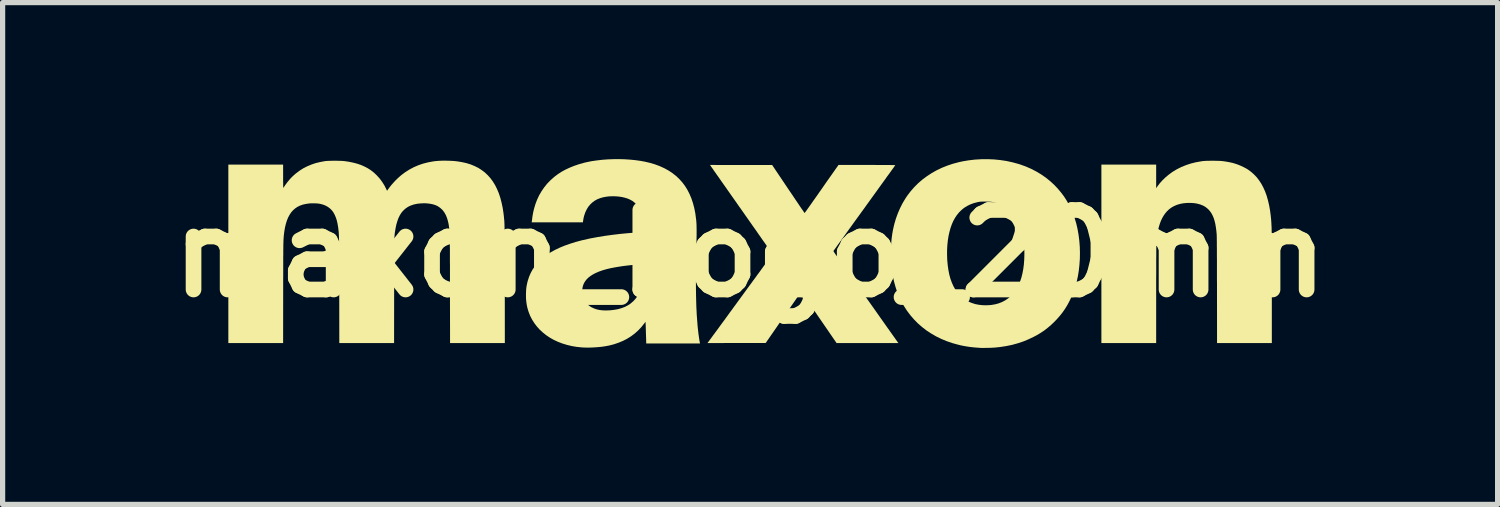
<source format=kicad_pcb>
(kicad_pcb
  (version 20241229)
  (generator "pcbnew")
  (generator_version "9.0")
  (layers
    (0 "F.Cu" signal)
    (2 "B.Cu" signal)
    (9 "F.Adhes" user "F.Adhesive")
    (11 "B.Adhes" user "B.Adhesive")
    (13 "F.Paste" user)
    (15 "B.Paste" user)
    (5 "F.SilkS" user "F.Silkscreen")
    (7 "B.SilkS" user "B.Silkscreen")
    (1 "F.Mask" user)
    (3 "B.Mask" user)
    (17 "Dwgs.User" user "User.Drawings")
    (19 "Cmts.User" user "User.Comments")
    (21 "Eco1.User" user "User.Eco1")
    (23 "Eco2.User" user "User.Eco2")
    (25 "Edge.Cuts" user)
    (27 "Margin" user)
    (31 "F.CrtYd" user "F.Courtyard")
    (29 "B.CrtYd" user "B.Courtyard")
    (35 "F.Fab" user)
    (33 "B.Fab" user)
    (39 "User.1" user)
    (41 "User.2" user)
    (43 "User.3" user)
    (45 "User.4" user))
  (footprint "maxon_Logo_20mm"
    (layer "F.Cu")
    (at 11.328 1.81)
    (property "Reference" "maxon_Logo_20mm" (at 0 0 0) (layer "F.SilkS") (effects (font (size 1.524 1.524) (thickness 0.3))))
    (attr board_only exclude_from_pos_files exclude_from_bom)
    (fp_poly (pts (xy 8.886 -1.779) (xy 8.927 -1.778) (xy 8.966 -1.777) (xy 9.001 -1.776) (xy 9.032 -1.774) (xy 9.054 -1.772) (xy 9.092 -1.767) (xy 9.131 -1.761) (xy 9.169 -1.754) (xy 9.205 -1.747) (xy 9.236 -1.74) (xy 9.243 -1.739) (xy 9.3 -1.722) (xy 9.358 -1.702) (xy 9.415 -1.678) (xy 9.469 -1.652) (xy 9.519 -1.625) (xy 9.546 -1.608) (xy 9.606 -1.564) (xy 9.661 -1.515) (xy 9.712 -1.461) (xy 9.758 -1.401) (xy 9.8 -1.337) (xy 9.838 -1.266) (xy 9.872 -1.19) (xy 9.902 -1.108) (xy 9.927 -1.02) (xy 9.949 -0.926) (xy 9.967 -0.826) (xy 9.981 -0.719) (xy 9.988 -0.649) (xy 9.989 -0.634) (xy 9.99 -0.618) (xy 9.991 -0.602) (xy 9.992 -0.586) (xy 9.993 -0.569) (xy 9.994 -0.55) (xy 9.995 -0.53) (xy 9.996 -0.509) (xy 9.997 -0.485) (xy 9.997 -0.459) (xy 9.998 -0.43) (xy 9.998 -0.399) (xy 9.999 -0.364) (xy 9.999 -0.326) (xy 10 -0.285) (xy 10 -0.239) (xy 10 -0.189) (xy 10 -0.134) (xy 10.001 -0.075) (xy 10.001 -0.01) (xy 10.001 0.06) (xy 10.001 0.135) (xy 10.001 0.217) (xy 10.001 0.305) (xy 10.001 0.399) (xy 10.001 0.501) (xy 10.001 0.609) (xy 10.001 0.658) (xy 10.001 1.716) (xy 8.951 1.716) (xy 8.95 0.699) (xy 8.95 0.583) (xy 8.949 0.474) (xy 8.949 0.372) (xy 8.949 0.277) (xy 8.949 0.19) (xy 8.949 0.109) (xy 8.948 0.035) (xy 8.948 -0.032) (xy 8.948 -0.093) (xy 8.947 -0.147) (xy 8.947 -0.196) (xy 8.947 -0.238) (xy 8.946 -0.274) (xy 8.946 -0.304) (xy 8.945 -0.329) (xy 8.945 -0.348) (xy 8.944 -0.361) (xy 8.944 -0.369) (xy 8.937 -0.442) (xy 8.928 -0.507) (xy 8.918 -0.567) (xy 8.905 -0.62) (xy 8.891 -0.669) (xy 8.874 -0.712) (xy 8.855 -0.751) (xy 8.834 -0.787) (xy 8.809 -0.819) (xy 8.79 -0.841) (xy 8.762 -0.867) (xy 8.735 -0.888) (xy 8.706 -0.907) (xy 8.68 -0.92) (xy 8.639 -0.937) (xy 8.597 -0.95) (xy 8.552 -0.96) (xy 8.502 -0.967) (xy 8.45 -0.97) (xy 8.378 -0.97) (xy 8.309 -0.964) (xy 8.244 -0.952) (xy 8.183 -0.934) (xy 8.127 -0.91) (xy 8.076 -0.881) (xy 8.029 -0.846) (xy 7.987 -0.805) (xy 7.963 -0.777) (xy 7.93 -0.731) (xy 7.901 -0.681) (xy 7.875 -0.627) (xy 7.853 -0.568) (xy 7.834 -0.505) (xy 7.818 -0.436) (xy 7.806 -0.361) (xy 7.796 -0.28) (xy 7.789 -0.193) (xy 7.788 -0.177) (xy 7.788 -0.166) (xy 7.787 -0.148) (xy 7.787 -0.122) (xy 7.786 -0.09) (xy 7.786 -0.052) (xy 7.786 -0.006) (xy 7.786 0.045) (xy 7.785 0.102) (xy 7.785 0.165) (xy 7.785 0.233) (xy 7.785 0.307) (xy 7.785 0.385) (xy 7.784 0.468) (xy 7.784 0.556) (xy 7.784 0.648) (xy 7.784 0.744) (xy 7.784 0.803) (xy 7.784 1.716) (xy 6.734 1.716) (xy 6.734 -1.705) (xy 7.784 -1.705) (xy 7.784 -1.252) (xy 7.806 -1.285) (xy 7.85 -1.343) (xy 7.9 -1.399) (xy 7.956 -1.454) (xy 8.016 -1.505) (xy 8.08 -1.553) (xy 8.102 -1.568) (xy 8.183 -1.617) (xy 8.268 -1.659) (xy 8.356 -1.695) (xy 8.447 -1.725) (xy 8.543 -1.749) (xy 8.644 -1.767) (xy 8.674 -1.772) (xy 8.699 -1.774) (xy 8.729 -1.776) (xy 8.764 -1.778) (xy 8.803 -1.778) (xy 8.844 -1.779)) (stroke (width 0) (type solid)) (fill yes) (layer "F.SilkS"))
    (fp_poly (pts (xy 4.676 -1.804) (xy 4.796 -1.792) (xy 4.914 -1.774) (xy 5.029 -1.749) (xy 5.14 -1.719) (xy 5.178 -1.707) (xy 5.286 -1.668) (xy 5.389 -1.623) (xy 5.487 -1.572) (xy 5.581 -1.516) (xy 5.67 -1.454) (xy 5.753 -1.387) (xy 5.823 -1.323) (xy 5.894 -1.249) (xy 5.958 -1.173) (xy 6.017 -1.095) (xy 6.07 -1.012) (xy 6.119 -0.925) (xy 6.163 -0.832) (xy 6.19 -0.768) (xy 6.224 -0.671) (xy 6.254 -0.57) (xy 6.278 -0.464) (xy 6.297 -0.355) (xy 6.311 -0.243) (xy 6.32 -0.128) (xy 6.323 -0.013) (xy 6.321 0.101) (xy 6.313 0.217) (xy 6.301 0.327) (xy 6.284 0.433) (xy 6.262 0.534) (xy 6.235 0.632) (xy 6.203 0.727) (xy 6.165 0.82) (xy 6.124 0.908) (xy 6.083 0.985) (xy 6.039 1.057) (xy 5.992 1.125) (xy 5.94 1.191) (xy 5.883 1.256) (xy 5.835 1.306) (xy 5.769 1.369) (xy 5.703 1.425) (xy 5.636 1.477) (xy 5.565 1.524) (xy 5.489 1.569) (xy 5.437 1.596) (xy 5.337 1.644) (xy 5.235 1.686) (xy 5.129 1.721) (xy 5.021 1.751) (xy 4.908 1.774) (xy 4.791 1.792) (xy 4.705 1.801) (xy 4.685 1.803) (xy 4.659 1.804) (xy 4.629 1.806) (xy 4.597 1.807) (xy 4.563 1.808) (xy 4.529 1.808) (xy 4.497 1.809) (xy 4.467 1.809) (xy 4.441 1.809) (xy 4.421 1.809) (xy 4.413 1.808) (xy 4.34 1.803) (xy 4.273 1.797) (xy 4.211 1.79) (xy 4.152 1.781) (xy 4.094 1.771) (xy 4.036 1.759) (xy 3.991 1.748) (xy 3.878 1.717) (xy 3.77 1.68) (xy 3.666 1.637) (xy 3.566 1.588) (xy 3.471 1.533) (xy 3.381 1.474) (xy 3.296 1.408) (xy 3.216 1.338) (xy 3.142 1.263) (xy 3.072 1.182) (xy 3.008 1.097) (xy 2.95 1.007) (xy 2.898 0.913) (xy 2.852 0.815) (xy 2.811 0.712) (xy 2.787 0.638) (xy 2.76 0.541) (xy 2.739 0.444) (xy 2.722 0.345) (xy 2.709 0.243) (xy 2.702 0.138) (xy 2.699 0.031) (xy 3.776 0.031) (xy 3.779 0.123) (xy 3.788 0.221) (xy 3.801 0.314) (xy 3.818 0.401) (xy 3.84 0.482) (xy 3.867 0.557) (xy 3.898 0.626) (xy 3.934 0.69) (xy 3.974 0.747) (xy 4.019 0.799) (xy 4.068 0.844) (xy 4.122 0.884) (xy 4.18 0.918) (xy 4.243 0.945) (xy 4.31 0.967) (xy 4.327 0.971) (xy 4.39 0.983) (xy 4.458 0.99) (xy 4.528 0.992) (xy 4.599 0.988) (xy 4.622 0.986) (xy 4.694 0.974) (xy 4.762 0.956) (xy 4.826 0.931) (xy 4.886 0.9) (xy 4.942 0.863) (xy 4.994 0.819) (xy 5.041 0.769) (xy 5.084 0.714) (xy 5.114 0.667) (xy 5.147 0.605) (xy 5.175 0.537) (xy 5.2 0.464) (xy 5.22 0.384) (xy 5.236 0.3) (xy 5.248 0.21) (xy 5.255 0.116) (xy 5.258 0.017) (xy 5.258 -0.002) (xy 5.256 -0.106) (xy 5.249 -0.205) (xy 5.237 -0.298) (xy 5.22 -0.386) (xy 5.199 -0.467) (xy 5.173 -0.544) (xy 5.142 -0.614) (xy 5.107 -0.679) (xy 5.067 -0.738) (xy 5.023 -0.791) (xy 4.974 -0.839) (xy 4.92 -0.88) (xy 4.862 -0.915) (xy 4.8 -0.945) (xy 4.733 -0.968) (xy 4.73 -0.969) (xy 4.7 -0.977) (xy 4.673 -0.983) (xy 4.647 -0.988) (xy 4.62 -0.992) (xy 4.59 -0.994) (xy 4.556 -0.995) (xy 4.516 -0.995) (xy 4.507 -0.995) (xy 4.477 -0.995) (xy 4.453 -0.995) (xy 4.434 -0.995) (xy 4.418 -0.994) (xy 4.405 -0.993) (xy 4.392 -0.991) (xy 4.379 -0.989) (xy 4.364 -0.986) (xy 4.361 -0.985) (xy 4.29 -0.967) (xy 4.224 -0.943) (xy 4.163 -0.913) (xy 4.106 -0.878) (xy 4.054 -0.836) (xy 4.006 -0.789) (xy 3.963 -0.736) (xy 3.929 -0.685) (xy 3.896 -0.626) (xy 3.867 -0.56) (xy 3.842 -0.489) (xy 3.821 -0.413) (xy 3.803 -0.332) (xy 3.79 -0.247) (xy 3.781 -0.157) (xy 3.776 -0.065) (xy 3.776 0.031) (xy 2.699 0.031) (xy 2.698 0.027) (xy 2.698 -0.006) (xy 2.7 -0.103) (xy 2.705 -0.195) (xy 2.713 -0.283) (xy 2.724 -0.368) (xy 2.739 -0.453) (xy 2.758 -0.538) (xy 2.766 -0.57) (xy 2.796 -0.672) (xy 2.833 -0.773) (xy 2.875 -0.87) (xy 2.922 -0.963) (xy 2.975 -1.052) (xy 3.013 -1.109) (xy 3.077 -1.193) (xy 3.147 -1.273) (xy 3.222 -1.348) (xy 3.302 -1.417) (xy 3.388 -1.481) (xy 3.478 -1.54) (xy 3.573 -1.594) (xy 3.673 -1.642) (xy 3.777 -1.684) (xy 3.884 -1.72) (xy 3.996 -1.75) (xy 4.073 -1.767) (xy 4.192 -1.787) (xy 4.312 -1.801) (xy 4.434 -1.808) (xy 4.555 -1.809)) (stroke (width 0) (type solid)) (fill yes) (layer "F.SilkS"))
    (fp_poly (pts (xy 2.318 -1.698) (xy 2.388 -1.698) (xy 2.451 -1.697) (xy 2.508 -1.697) (xy 2.558 -1.697) (xy 2.602 -1.697) (xy 2.641 -1.697) (xy 2.674 -1.697) (xy 2.702 -1.696) (xy 2.726 -1.696) (xy 2.745 -1.696) (xy 2.759 -1.695) (xy 2.77 -1.695) (xy 2.778 -1.694) (xy 2.782 -1.694) (xy 2.783 -1.693) (xy 2.783 -1.693) (xy 2.781 -1.689) (xy 2.774 -1.68) (xy 2.763 -1.665) (xy 2.749 -1.645) (xy 2.731 -1.62) (xy 2.709 -1.59) (xy 2.684 -1.555) (xy 2.656 -1.516) (xy 2.624 -1.473) (xy 2.591 -1.426) (xy 2.554 -1.375) (xy 2.515 -1.321) (xy 2.474 -1.264) (xy 2.431 -1.204) (xy 2.386 -1.142) (xy 2.339 -1.077) (xy 2.291 -1.01) (xy 2.241 -0.941) (xy 2.191 -0.871) (xy 2.14 -0.801) (xy 2.09 -0.732) (xy 2.042 -0.666) (xy 1.995 -0.601) (xy 1.95 -0.538) (xy 1.907 -0.479) (xy 1.866 -0.422) (xy 1.827 -0.368) (xy 1.791 -0.317) (xy 1.757 -0.27) (xy 1.726 -0.227) (xy 1.697 -0.188) (xy 1.672 -0.153) (xy 1.651 -0.123) (xy 1.632 -0.097) (xy 1.618 -0.077) (xy 1.607 -0.062) (xy 1.601 -0.053) (xy 1.598 -0.05) (xy 1.599 -0.045) (xy 1.605 -0.034) (xy 1.614 -0.019) (xy 1.628 0.001) (xy 1.634 0.01) (xy 1.641 0.02) (xy 1.652 0.035) (xy 1.667 0.056) (xy 1.685 0.082) (xy 1.706 0.112) (xy 1.73 0.146) (xy 1.757 0.184) (xy 1.787 0.226) (xy 1.818 0.27) (xy 1.852 0.317) (xy 1.887 0.367) (xy 1.923 0.418) (xy 1.96 0.471) (xy 1.998 0.524) (xy 1.999 0.525) (xy 2.041 0.585) (xy 2.086 0.649) (xy 2.133 0.715) (xy 2.181 0.782) (xy 2.229 0.851) (xy 2.278 0.919) (xy 2.326 0.987) (xy 2.373 1.053) (xy 2.418 1.117) (xy 2.461 1.178) (xy 2.501 1.235) (xy 2.538 1.287) (xy 2.57 1.332) (xy 2.603 1.379) (xy 2.634 1.423) (xy 2.665 1.466) (xy 2.693 1.506) (xy 2.72 1.544) (xy 2.745 1.579) (xy 2.767 1.61) (xy 2.786 1.637) (xy 2.802 1.66) (xy 2.815 1.678) (xy 2.824 1.69) (xy 2.829 1.698) (xy 2.83 1.699) (xy 2.843 1.716) (xy 1.658 1.716) (xy 1.319 1.223) (xy 0.981 0.73) (xy 0.972 0.743) (xy 0.969 0.748) (xy 0.962 0.758) (xy 0.95 0.774) (xy 0.936 0.795) (xy 0.918 0.821) (xy 0.897 0.851) (xy 0.873 0.886) (xy 0.847 0.924) (xy 0.818 0.965) (xy 0.787 1.01) (xy 0.754 1.058) (xy 0.719 1.107) (xy 0.683 1.159) (xy 0.646 1.213) (xy 0.631 1.235) (xy 0.299 1.715) (xy -0.259 1.715) (xy -0.817 1.716) (xy -0.791 1.682) (xy -0.781 1.668) (xy -0.768 1.65) (xy -0.75 1.626) (xy -0.73 1.598) (xy -0.706 1.565) (xy -0.679 1.529) (xy -0.649 1.488) (xy -0.617 1.445) (xy -0.583 1.398) (xy -0.547 1.348) (xy -0.508 1.296) (xy -0.468 1.241) (xy -0.427 1.185) (xy -0.385 1.126) (xy -0.341 1.067) (xy -0.297 1.006) (xy -0.252 0.945) (xy -0.207 0.883) (xy -0.162 0.821) (xy -0.117 0.76) (xy -0.072 0.698) (xy -0.028 0.638) (xy 0.016 0.578) (xy 0.058 0.52) (xy 0.1 0.464) (xy 0.139 0.409) (xy 0.178 0.357) (xy 0.214 0.307) (xy 0.248 0.26) (xy 0.28 0.216) (xy 0.309 0.176) (xy 0.336 0.139) (xy 0.36 0.107) (xy 0.38 0.078) (xy 0.398 0.055) (xy 0.411 0.036) (xy 0.421 0.023) (xy 0.426 0.015) (xy 0.428 0.013) (xy 0.426 0.009) (xy 0.42 -0.000334) (xy 0.411 -0.015) (xy 0.398 -0.034) (xy 0.382 -0.057) (xy 0.364 -0.084) (xy 0.343 -0.114) (xy 0.321 -0.146) (xy 0.297 -0.181) (xy 0.283 -0.2) (xy 0.272 -0.217) (xy 0.256 -0.238) (xy 0.237 -0.265) (xy 0.215 -0.297) (xy 0.19 -0.333) (xy 0.162 -0.372) (xy 0.132 -0.416) (xy 0.099 -0.463) (xy 0.064 -0.512) (xy 0.027 -0.565) (xy -0.011 -0.619) (xy -0.051 -0.676) (xy -0.092 -0.734) (xy -0.133 -0.793) (xy -0.175 -0.853) (xy -0.218 -0.913) (xy -0.26 -0.974) (xy -0.303 -1.035) (xy -0.345 -1.094) (xy -0.386 -1.153) (xy -0.427 -1.211) (xy -0.466 -1.267) (xy -0.504 -1.321) (xy -0.541 -1.373) (xy -0.575 -1.422) (xy -0.607 -1.468) (xy -0.638 -1.511) (xy -0.665 -1.55) (xy -0.69 -1.585) (xy -0.711 -1.616) (xy -0.729 -1.642) (xy -0.744 -1.662) (xy -0.754 -1.678) (xy -0.761 -1.687) (xy -0.761 -1.687) (xy -0.768 -1.698) (xy -0.172 -1.697) (xy 0.423 -1.697) (xy 0.732 -1.237) (xy 0.768 -1.184) (xy 0.803 -1.133) (xy 0.836 -1.084) (xy 0.867 -1.037) (xy 0.897 -0.993) (xy 0.925 -0.952) (xy 0.95 -0.914) (xy 0.973 -0.88) (xy 0.993 -0.851) (xy 1.011 -0.826) (xy 1.025 -0.805) (xy 1.035 -0.79) (xy 1.042 -0.781) (xy 1.045 -0.777) (xy 1.045 -0.777) (xy 1.048 -0.78) (xy 1.054 -0.789) (xy 1.064 -0.802) (xy 1.077 -0.819) (xy 1.091 -0.839) (xy 1.107 -0.862) (xy 1.114 -0.871) (xy 1.125 -0.887) (xy 1.14 -0.908) (xy 1.159 -0.935) (xy 1.181 -0.966) (xy 1.205 -1.001) (xy 1.232 -1.039) (xy 1.262 -1.081) (xy 1.293 -1.125) (xy 1.325 -1.171) (xy 1.359 -1.219) (xy 1.393 -1.268) (xy 1.427 -1.317) (xy 1.437 -1.332) (xy 1.695 -1.698) (xy 2.24 -1.698)) (stroke (width 0) (type solid)) (fill yes) (layer "F.SilkS"))
    (fp_poly (pts (xy -2.406 -1.807) (xy -2.3 -1.8) (xy -2.198 -1.79) (xy -2.1 -1.776) (xy -2.018 -1.761) (xy -1.916 -1.737) (xy -1.819 -1.708) (xy -1.728 -1.674) (xy -1.643 -1.635) (xy -1.563 -1.591) (xy -1.489 -1.542) (xy -1.42 -1.488) (xy -1.358 -1.429) (xy -1.3 -1.365) (xy -1.248 -1.296) (xy -1.202 -1.222) (xy -1.161 -1.142) (xy -1.125 -1.057) (xy -1.095 -0.967) (xy -1.07 -0.872) (xy -1.05 -0.771) (xy -1.036 -0.665) (xy -1.033 -0.642) (xy -1.031 -0.622) (xy -1.03 -0.601) (xy -1.028 -0.579) (xy -1.027 -0.556) (xy -1.026 -0.53) (xy -1.026 -0.502) (xy -1.025 -0.471) (xy -1.025 -0.436) (xy -1.025 -0.398) (xy -1.025 -0.355) (xy -1.026 -0.308) (xy -1.027 -0.255) (xy -1.027 -0.196) (xy -1.029 -0.132) (xy -1.03 -0.06) (xy -1.031 0.015) (xy -1.034 0.134) (xy -1.035 0.247) (xy -1.037 0.353) (xy -1.038 0.452) (xy -1.038 0.547) (xy -1.038 0.636) (xy -1.037 0.721) (xy -1.036 0.802) (xy -1.034 0.879) (xy -1.032 0.954) (xy -1.03 1.026) (xy -1.026 1.096) (xy -1.023 1.164) (xy -1.018 1.232) (xy -1.013 1.299) (xy -1.01 1.336) (xy -1.007 1.378) (xy -1.003 1.421) (xy -0.998 1.464) (xy -0.993 1.508) (xy -0.988 1.551) (xy -0.982 1.591) (xy -0.977 1.628) (xy -0.972 1.661) (xy -0.967 1.688) (xy -0.963 1.709) (xy -0.962 1.714) (xy -0.959 1.724) (xy -1.991 1.724) (xy -1.991 1.699) (xy -1.991 1.691) (xy -1.992 1.676) (xy -1.992 1.656) (xy -1.993 1.631) (xy -1.994 1.602) (xy -1.995 1.571) (xy -1.996 1.538) (xy -1.997 1.504) (xy -1.998 1.47) (xy -1.999 1.438) (xy -2 1.407) (xy -2.001 1.38) (xy -2.002 1.357) (xy -2.003 1.339) (xy -2.003 1.327) (xy -2.003 1.325) (xy -2.004 1.309) (xy -2.027 1.338) (xy -2.084 1.41) (xy -2.146 1.475) (xy -2.212 1.534) (xy -2.283 1.587) (xy -2.358 1.634) (xy -2.438 1.675) (xy -2.523 1.71) (xy -2.612 1.74) (xy -2.706 1.764) (xy -2.772 1.776) (xy -2.835 1.786) (xy -2.902 1.793) (xy -2.972 1.798) (xy -3.042 1.802) (xy -3.111 1.803) (xy -3.177 1.802) (xy -3.228 1.799) (xy -3.326 1.789) (xy -3.42 1.773) (xy -3.511 1.751) (xy -3.599 1.724) (xy -3.683 1.692) (xy -3.762 1.655) (xy -3.837 1.613) (xy -3.907 1.566) (xy -3.972 1.514) (xy -4.032 1.459) (xy -4.086 1.399) (xy -4.135 1.335) (xy -4.178 1.267) (xy -4.215 1.196) (xy -4.245 1.12) (xy -4.249 1.108) (xy -4.267 1.048) (xy -4.28 0.989) (xy -4.289 0.928) (xy -4.295 0.865) (xy -4.296 0.802) (xy -4.295 0.741) (xy -4.294 0.721) (xy -3.218 0.721) (xy -3.215 0.774) (xy -3.205 0.825) (xy -3.188 0.871) (xy -3.165 0.914) (xy -3.136 0.953) (xy -3.101 0.988) (xy -3.06 1.018) (xy -3.037 1.031) (xy -2.992 1.052) (xy -2.944 1.069) (xy -2.892 1.081) (xy -2.836 1.088) (xy -2.775 1.091) (xy -2.709 1.089) (xy -2.682 1.088) (xy -2.604 1.079) (xy -2.532 1.066) (xy -2.465 1.047) (xy -2.403 1.024) (xy -2.346 0.995) (xy -2.295 0.962) (xy -2.248 0.922) (xy -2.234 0.909) (xy -2.199 0.871) (xy -2.169 0.831) (xy -2.142 0.788) (xy -2.125 0.756) (xy -2.099 0.698) (xy -2.078 0.636) (xy -2.061 0.57) (xy -2.048 0.5) (xy -2.039 0.424) (xy -2.034 0.342) (xy -2.033 0.272) (xy -2.033 0.199) (xy -2.045 0.201) (xy -2.053 0.202) (xy -2.067 0.203) (xy -2.085 0.205) (xy -2.105 0.206) (xy -2.114 0.207) (xy -2.196 0.214) (xy -2.28 0.222) (xy -2.362 0.231) (xy -2.442 0.241) (xy -2.519 0.253) (xy -2.591 0.265) (xy -2.657 0.278) (xy -2.67 0.28) (xy -2.754 0.3) (xy -2.83 0.322) (xy -2.9 0.347) (xy -2.962 0.374) (xy -3.017 0.403) (xy -3.066 0.435) (xy -3.108 0.469) (xy -3.143 0.506) (xy -3.171 0.546) (xy -3.193 0.588) (xy -3.208 0.633) (xy -3.216 0.681) (xy -3.218 0.721) (xy -4.294 0.721) (xy -4.292 0.686) (xy -4.286 0.634) (xy -4.276 0.583) (xy -4.264 0.531) (xy -4.26 0.518) (xy -4.236 0.445) (xy -4.206 0.375) (xy -4.17 0.308) (xy -4.127 0.245) (xy -4.078 0.185) (xy -4.023 0.128) (xy -3.961 0.074) (xy -3.893 0.023) (xy -3.818 -0.026) (xy -3.736 -0.071) (xy -3.648 -0.113) (xy -3.553 -0.152) (xy -3.451 -0.188) (xy -3.342 -0.222) (xy -3.227 -0.253) (xy -3.104 -0.281) (xy -3.062 -0.29) (xy -2.927 -0.315) (xy -2.788 -0.338) (xy -2.642 -0.358) (xy -2.491 -0.376) (xy -2.333 -0.391) (xy -2.181 -0.403) (xy -2.153 -0.405) (xy -2.126 -0.407) (xy -2.103 -0.409) (xy -2.085 -0.41) (xy -2.071 -0.412) (xy -2.064 -0.413) (xy -2.063 -0.413) (xy -2.062 -0.414) (xy -2.06 -0.418) (xy -2.06 -0.425) (xy -2.059 -0.436) (xy -2.059 -0.452) (xy -2.059 -0.473) (xy -2.06 -0.501) (xy -2.06 -0.522) (xy -2.061 -0.568) (xy -2.063 -0.608) (xy -2.066 -0.643) (xy -2.069 -0.673) (xy -2.072 -0.7) (xy -2.077 -0.726) (xy -2.079 -0.736) (xy -2.096 -0.795) (xy -2.118 -0.848) (xy -2.144 -0.895) (xy -2.176 -0.938) (xy -2.213 -0.975) (xy -2.255 -1.008) (xy -2.302 -1.034) (xy -2.348 -1.054) (xy -2.4 -1.07) (xy -2.456 -1.083) (xy -2.516 -1.092) (xy -2.577 -1.097) (xy -2.639 -1.098) (xy -2.7 -1.096) (xy -2.76 -1.089) (xy -2.817 -1.078) (xy -2.87 -1.063) (xy -2.871 -1.063) (xy -2.927 -1.041) (xy -2.978 -1.013) (xy -3.024 -0.979) (xy -3.065 -0.94) (xy -3.102 -0.895) (xy -3.133 -0.844) (xy -3.159 -0.789) (xy -3.18 -0.728) (xy -3.19 -0.689) (xy -3.194 -0.669) (xy -3.197 -0.649) (xy -3.2 -0.631) (xy -3.202 -0.622) (xy -3.204 -0.598) (xy -4.186 -0.598) (xy -4.184 -0.614) (xy -4.178 -0.657) (xy -4.174 -0.694) (xy -4.169 -0.726) (xy -4.164 -0.755) (xy -4.159 -0.782) (xy -4.153 -0.81) (xy -4.146 -0.838) (xy -4.144 -0.849) (xy -4.117 -0.941) (xy -4.084 -1.029) (xy -4.045 -1.113) (xy -3.999 -1.192) (xy -3.947 -1.268) (xy -3.89 -1.339) (xy -3.826 -1.405) (xy -3.757 -1.467) (xy -3.685 -1.521) (xy -3.615 -1.567) (xy -3.538 -1.609) (xy -3.456 -1.647) (xy -3.369 -1.682) (xy -3.277 -1.713) (xy -3.182 -1.74) (xy -3.13 -1.752) (xy -3.036 -1.771) (xy -2.937 -1.785) (xy -2.834 -1.797) (xy -2.729 -1.805) (xy -2.621 -1.809) (xy -2.513 -1.81)) (stroke (width 0) (type solid)) (fill yes) (layer "F.SilkS"))
    (fp_poly (pts (xy -5.785 -1.779) (xy -5.73 -1.777) (xy -5.678 -1.774) (xy -5.63 -1.769) (xy -5.612 -1.767) (xy -5.522 -1.752) (xy -5.437 -1.733) (xy -5.356 -1.708) (xy -5.281 -1.677) (xy -5.21 -1.642) (xy -5.145 -1.6) (xy -5.084 -1.554) (xy -5.028 -1.501) (xy -4.976 -1.443) (xy -4.93 -1.38) (xy -4.887 -1.31) (xy -4.85 -1.235) (xy -4.816 -1.154) (xy -4.787 -1.066) (xy -4.763 -0.973) (xy -4.742 -0.874) (xy -4.726 -0.768) (xy -4.718 -0.7) (xy -4.717 -0.686) (xy -4.716 -0.673) (xy -4.715 -0.661) (xy -4.713 -0.648) (xy -4.712 -0.635) (xy -4.711 -0.622) (xy -4.71 -0.608) (xy -4.71 -0.593) (xy -4.709 -0.577) (xy -4.708 -0.559) (xy -4.708 -0.539) (xy -4.707 -0.517) (xy -4.707 -0.493) (xy -4.706 -0.466) (xy -4.706 -0.436) (xy -4.705 -0.403) (xy -4.705 -0.366) (xy -4.705 -0.326) (xy -4.704 -0.281) (xy -4.704 -0.232) (xy -4.704 -0.178) (xy -4.704 -0.12) (xy -4.704 -0.056) (xy -4.703 0.014) (xy -4.703 0.089) (xy -4.703 0.17) (xy -4.703 0.258) (xy -4.703 0.352) (xy -4.703 0.453) (xy -4.703 0.561) (xy -4.702 0.59) (xy -4.701 1.716) (xy -5.751 1.716) (xy -5.753 0.68) (xy -5.753 0.575) (xy -5.753 0.476) (xy -5.753 0.384) (xy -5.753 0.3) (xy -5.753 0.221) (xy -5.754 0.149) (xy -5.754 0.082) (xy -5.754 0.021) (xy -5.754 -0.035) (xy -5.754 -0.086) (xy -5.755 -0.132) (xy -5.755 -0.174) (xy -5.755 -0.212) (xy -5.756 -0.246) (xy -5.756 -0.277) (xy -5.756 -0.304) (xy -5.757 -0.329) (xy -5.758 -0.35) (xy -5.758 -0.37) (xy -5.759 -0.387) (xy -5.76 -0.403) (xy -5.76 -0.417) (xy -5.761 -0.43) (xy -5.762 -0.441) (xy -5.763 -0.453) (xy -5.765 -0.464) (xy -5.766 -0.475) (xy -5.767 -0.486) (xy -5.769 -0.497) (xy -5.779 -0.566) (xy -5.794 -0.63) (xy -5.811 -0.686) (xy -5.832 -0.737) (xy -5.857 -0.783) (xy -5.886 -0.823) (xy -5.905 -0.844) (xy -5.927 -0.864) (xy -5.952 -0.884) (xy -5.978 -0.902) (xy -5.999 -0.914) (xy -6.041 -0.932) (xy -6.09 -0.946) (xy -6.143 -0.956) (xy -6.2 -0.962) (xy -6.245 -0.964) (xy -6.316 -0.961) (xy -6.382 -0.954) (xy -6.443 -0.941) (xy -6.498 -0.923) (xy -6.548 -0.9) (xy -6.594 -0.871) (xy -6.634 -0.837) (xy -6.671 -0.798) (xy -6.694 -0.766) (xy -6.72 -0.722) (xy -6.744 -0.671) (xy -6.764 -0.613) (xy -6.782 -0.551) (xy -6.796 -0.483) (xy -6.803 -0.438) (xy -6.805 -0.426) (xy -6.807 -0.414) (xy -6.809 -0.403) (xy -6.81 -0.392) (xy -6.812 -0.381) (xy -6.813 -0.37) (xy -6.814 -0.358) (xy -6.815 -0.346) (xy -6.816 -0.332) (xy -6.817 -0.317) (xy -6.818 -0.301) (xy -6.818 -0.282) (xy -6.819 -0.261) (xy -6.82 -0.238) (xy -6.82 -0.211) (xy -6.821 -0.182) (xy -6.821 -0.149) (xy -6.821 -0.112) (xy -6.822 -0.071) (xy -6.822 -0.026) (xy -6.822 0.024) (xy -6.822 0.079) (xy -6.822 0.139) (xy -6.823 0.204) (xy -6.823 0.275) (xy -6.823 0.353) (xy -6.823 0.437) (xy -6.823 0.527) (xy -6.823 0.624) (xy -6.823 0.718) (xy -6.824 1.716) (xy -7.874 1.716) (xy -7.875 0.806) (xy -7.875 0.695) (xy -7.875 0.59) (xy -7.875 0.492) (xy -7.875 0.401) (xy -7.875 0.317) (xy -7.875 0.238) (xy -7.875 0.166) (xy -7.876 0.099) (xy -7.876 0.038) (xy -7.876 -0.019) (xy -7.877 -0.071) (xy -7.877 -0.118) (xy -7.878 -0.161) (xy -7.878 -0.2) (xy -7.879 -0.235) (xy -7.879 -0.267) (xy -7.88 -0.296) (xy -7.881 -0.322) (xy -7.882 -0.346) (xy -7.883 -0.367) (xy -7.884 -0.386) (xy -7.885 -0.403) (xy -7.886 -0.419) (xy -7.888 -0.434) (xy -7.888 -0.435) (xy -7.897 -0.51) (xy -7.909 -0.579) (xy -7.924 -0.642) (xy -7.943 -0.698) (xy -7.965 -0.748) (xy -7.99 -0.793) (xy -8.02 -0.832) (xy -8.054 -0.865) (xy -8.091 -0.893) (xy -8.134 -0.917) (xy -8.18 -0.936) (xy -8.231 -0.95) (xy -8.251 -0.954) (xy -8.273 -0.958) (xy -8.301 -0.96) (xy -8.332 -0.962) (xy -8.365 -0.963) (xy -8.398 -0.963) (xy -8.429 -0.962) (xy -8.452 -0.96) (xy -8.515 -0.951) (xy -8.573 -0.938) (xy -8.627 -0.919) (xy -8.676 -0.895) (xy -8.72 -0.865) (xy -8.76 -0.83) (xy -8.796 -0.79) (xy -8.827 -0.743) (xy -8.855 -0.691) (xy -8.879 -0.632) (xy -8.899 -0.567) (xy -8.916 -0.496) (xy -8.929 -0.418) (xy -8.932 -0.393) (xy -8.934 -0.38) (xy -8.935 -0.367) (xy -8.937 -0.354) (xy -8.938 -0.342) (xy -8.939 -0.33) (xy -8.94 -0.317) (xy -8.941 -0.304) (xy -8.942 -0.289) (xy -8.943 -0.273) (xy -8.944 -0.256) (xy -8.945 -0.236) (xy -8.945 -0.215) (xy -8.946 -0.19) (xy -8.947 -0.163) (xy -8.947 -0.133) (xy -8.947 -0.1) (xy -8.948 -0.062) (xy -8.948 -0.021) (xy -8.948 0.025) (xy -8.949 0.075) (xy -8.949 0.13) (xy -8.949 0.191) (xy -8.949 0.257) (xy -8.949 0.329) (xy -8.949 0.407) (xy -8.95 0.492) (xy -8.95 0.583) (xy -8.95 0.681) (xy -8.95 0.744) (xy -8.951 1.716) (xy -10.001 1.716) (xy -10.001 -1.705) (xy -8.951 -1.705) (xy -8.951 -1.478) (xy -8.951 -1.43) (xy -8.951 -1.388) (xy -8.95 -1.353) (xy -8.95 -1.324) (xy -8.95 -1.301) (xy -8.949 -1.284) (xy -8.949 -1.271) (xy -8.948 -1.263) (xy -8.947 -1.259) (xy -8.946 -1.258) (xy -8.946 -1.259) (xy -8.903 -1.323) (xy -8.86 -1.38) (xy -8.816 -1.432) (xy -8.77 -1.479) (xy -8.721 -1.523) (xy -8.704 -1.537) (xy -8.635 -1.589) (xy -8.564 -1.634) (xy -8.489 -1.672) (xy -8.411 -1.705) (xy -8.329 -1.733) (xy -8.242 -1.754) (xy -8.151 -1.771) (xy -8.144 -1.772) (xy -8.121 -1.774) (xy -8.092 -1.776) (xy -8.058 -1.777) (xy -8.021 -1.778) (xy -7.982 -1.779) (xy -7.941 -1.779) (xy -7.902 -1.778) (xy -7.864 -1.777) (xy -7.829 -1.776) (xy -7.799 -1.774) (xy -7.777 -1.772) (xy -7.689 -1.759) (xy -7.607 -1.742) (xy -7.531 -1.722) (xy -7.46 -1.698) (xy -7.394 -1.669) (xy -7.332 -1.637) (xy -7.274 -1.6) (xy -7.267 -1.595) (xy -7.207 -1.548) (xy -7.151 -1.494) (xy -7.098 -1.435) (xy -7.051 -1.371) (xy -7.008 -1.302) (xy -6.973 -1.233) (xy -6.959 -1.203) (xy -6.953 -1.212) (xy -6.918 -1.26) (xy -6.878 -1.311) (xy -6.834 -1.361) (xy -6.788 -1.41) (xy -6.741 -1.455) (xy -6.695 -1.495) (xy -6.683 -1.505) (xy -6.607 -1.562) (xy -6.527 -1.612) (xy -6.444 -1.656) (xy -6.358 -1.693) (xy -6.267 -1.724) (xy -6.173 -1.748) (xy -6.075 -1.766) (xy -6.038 -1.771) (xy -5.995 -1.775) (xy -5.947 -1.778) (xy -5.895 -1.78) (xy -5.84 -1.78)) (stroke (width 0) (type solid)) (fill yes) (layer "F.SilkS")))
  (gr_rect
    (start -3 -3)
    (end 25.657 6.619)
    (stroke (width 0.1) (type default))
    (fill no)
    (layer "Edge.Cuts")))
</source>
